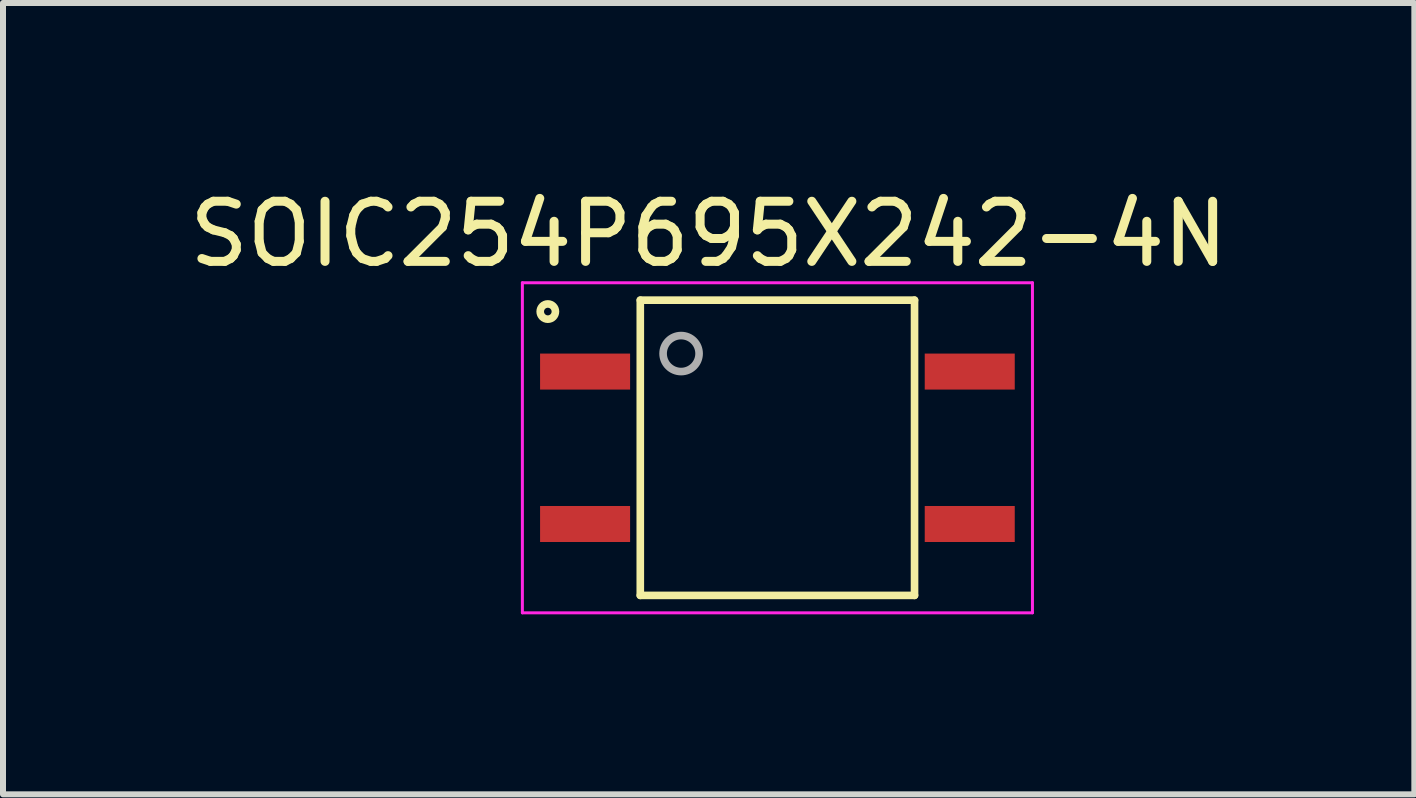
<source format=kicad_pcb>
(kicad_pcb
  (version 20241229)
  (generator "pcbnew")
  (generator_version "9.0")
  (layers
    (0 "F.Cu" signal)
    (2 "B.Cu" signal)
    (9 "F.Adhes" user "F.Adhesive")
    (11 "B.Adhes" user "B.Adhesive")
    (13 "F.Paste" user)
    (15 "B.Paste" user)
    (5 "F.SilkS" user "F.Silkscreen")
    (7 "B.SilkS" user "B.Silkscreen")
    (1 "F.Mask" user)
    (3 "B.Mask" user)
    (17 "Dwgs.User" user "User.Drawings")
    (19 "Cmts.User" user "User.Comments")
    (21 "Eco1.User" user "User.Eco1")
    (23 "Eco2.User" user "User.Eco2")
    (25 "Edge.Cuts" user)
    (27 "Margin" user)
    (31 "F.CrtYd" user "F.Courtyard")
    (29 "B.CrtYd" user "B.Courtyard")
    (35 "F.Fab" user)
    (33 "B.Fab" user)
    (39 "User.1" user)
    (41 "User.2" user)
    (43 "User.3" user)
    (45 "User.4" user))
  (footprint "SOIC254P695X242-4N"
    (layer "F.Cu")
    (at 9.905 4.412)
    (property "Reference" "SOIC254P695X242-4N" (at -1.145 -3.562 0) (layer "F.SilkS") (effects (font (size 1.002 1.002) (thickness 0.15))))
    (attr smd)
    (fp_line (start -2.285 -2.46) (end 2.285 -2.46) (stroke (width 0.127) (type solid)) (layer "F.SilkS"))
    (fp_line (start -2.285 2.46) (end -2.285 -2.46) (stroke (width 0.127) (type solid)) (layer "F.SilkS"))
    (fp_line (start 2.285 -2.46) (end 2.285 2.46) (stroke (width 0.127) (type solid)) (layer "F.SilkS"))
    (fp_line (start 2.285 2.46) (end -2.285 2.46) (stroke (width 0.127) (type solid)) (layer "F.SilkS"))
    (fp_circle (center -3.826 -2.27) (end -3.699 -2.27) (stroke (width 0.127) (type solid)) (fill no) (layer "F.SilkS"))
    (fp_line (start -4.25 -2.75) (end 4.25 -2.75) (stroke (width 0.05) (type solid)) (layer "F.CrtYd"))
    (fp_line (start -4.25 2.75) (end -4.25 -2.75) (stroke (width 0.05) (type solid)) (layer "F.CrtYd"))
    (fp_line (start 4.25 -2.75) (end 4.25 2.75) (stroke (width 0.05) (type solid)) (layer "F.CrtYd"))
    (fp_line (start 4.25 2.75) (end -4.25 2.75) (stroke (width 0.05) (type solid)) (layer "F.CrtYd"))
    (fp_circle (center -1.605 -1.57) (end -1.305 -1.57) (stroke (width 0.127) (type solid)) (fill no) (layer "F.Fab"))
    (pad "1" smd rect (at -3.205 -1.27) (size 1.5 0.6) (layers "F.Cu" "F.Mask" "F.Paste"))
    (pad "2" smd rect (at -3.205 1.27) (size 1.5 0.6) (layers "F.Cu" "F.Mask" "F.Paste"))
    (pad "3" smd rect (at 3.205 1.27) (size 1.5 0.6) (layers "F.Cu" "F.Mask" "F.Paste"))
    (pad "4" smd rect (at 3.205 -1.27) (size 1.5 0.6) (layers "F.Cu" "F.Mask" "F.Paste")))
  (gr_rect
    (start -3 -3)
    (end 20.519 10.187)
    (stroke (width 0.1) (type default))
    (fill no)
    (layer "Edge.Cuts")))
</source>
